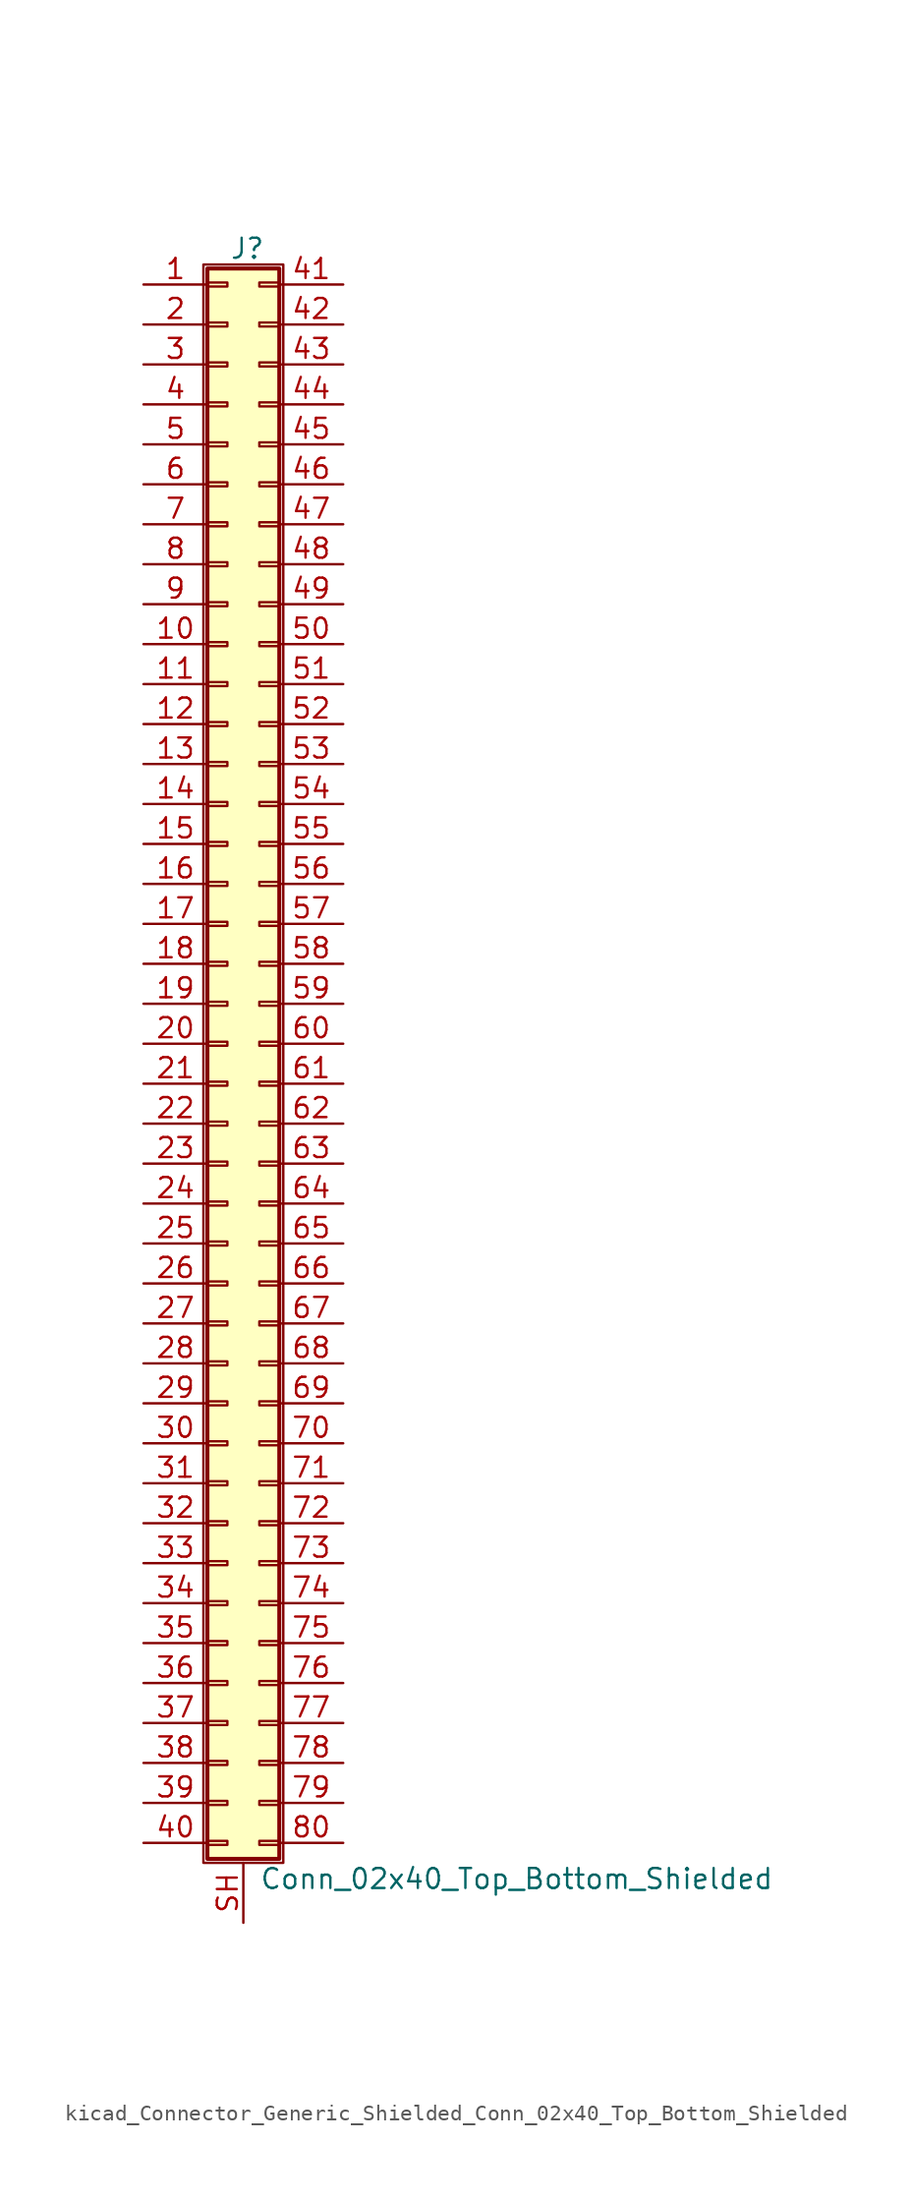
<source format=kicad_sym>
(kicad_symbol_lib
  (version 20220914)
  (generator kicad_symbol_editor)
  (symbol "kicad_Connector_Generic_Shielded_Conn_02x40_Top_Bottom_Shielded"
    (pin_names
      (offset 1.016) hide)
    (property "Reference" "J"
      (at 1.524 50.546 0)
      (effects (font (size 1.27 1.27))))
    (property "Value" "Conn_02x40_Top_Bottom_Shielded"
      (at 2.286 -53.086 0)
      (effects (font (size 1.27 1.27)) (justify left)))
    (symbol "kicad_Connector_Generic_Shielded_Conn_02x40_Top_Bottom_Shielded_1_1"
      (rectangle (start -1.27 49.53) (end 3.81 -52.07) (stroke (width 0.152) (type default)) (fill (type none)))
      (rectangle (start -1.016 -50.673) (end 0.254 -50.927) (stroke (width 0.152) (type default)) (fill (type none)))
      (rectangle (start -1.016 -48.133) (end 0.254 -48.387) (stroke (width 0.152) (type default)) (fill (type none)))
      (rectangle (start -1.016 -45.593) (end 0.254 -45.847) (stroke (width 0.152) (type default)) (fill (type none)))
      (rectangle (start -1.016 -43.053) (end 0.254 -43.307) (stroke (width 0.152) (type default)) (fill (type none)))
      (rectangle (start -1.016 -40.513) (end 0.254 -40.767) (stroke (width 0.152) (type default)) (fill (type none)))
      (rectangle (start -1.016 -37.973) (end 0.254 -38.227) (stroke (width 0.152) (type default)) (fill (type none)))
      (rectangle (start -1.016 -35.433) (end 0.254 -35.687) (stroke (width 0.152) (type default)) (fill (type none)))
      (rectangle (start -1.016 -32.893) (end 0.254 -33.147) (stroke (width 0.152) (type default)) (fill (type none)))
      (rectangle (start -1.016 -30.353) (end 0.254 -30.607) (stroke (width 0.152) (type default)) (fill (type none)))
      (rectangle (start -1.016 -27.813) (end 0.254 -28.067) (stroke (width 0.152) (type default)) (fill (type none)))
      (rectangle (start -1.016 -25.273) (end 0.254 -25.527) (stroke (width 0.152) (type default)) (fill (type none)))
      (rectangle (start -1.016 -22.733) (end 0.254 -22.987) (stroke (width 0.152) (type default)) (fill (type none)))
      (rectangle (start -1.016 -20.193) (end 0.254 -20.447) (stroke (width 0.152) (type default)) (fill (type none)))
      (rectangle (start -1.016 -17.653) (end 0.254 -17.907) (stroke (width 0.152) (type default)) (fill (type none)))
      (rectangle (start -1.016 -15.113) (end 0.254 -15.367) (stroke (width 0.152) (type default)) (fill (type none)))
      (rectangle (start -1.016 -12.573) (end 0.254 -12.827) (stroke (width 0.152) (type default)) (fill (type none)))
      (rectangle (start -1.016 -10.033) (end 0.254 -10.287) (stroke (width 0.152) (type default)) (fill (type none)))
      (rectangle (start -1.016 -7.493) (end 0.254 -7.747) (stroke (width 0.152) (type default)) (fill (type none)))
      (rectangle (start -1.016 -4.953) (end 0.254 -5.207) (stroke (width 0.152) (type default)) (fill (type none)))
      (rectangle (start -1.016 -2.413) (end 0.254 -2.667) (stroke (width 0.152) (type default)) (fill (type none)))
      (rectangle (start -1.016 0.127) (end 0.254 -0.127) (stroke (width 0.152) (type default)) (fill (type none)))
      (rectangle (start -1.016 2.667) (end 0.254 2.413) (stroke (width 0.152) (type default)) (fill (type none)))
      (rectangle (start -1.016 5.207) (end 0.254 4.953) (stroke (width 0.152) (type default)) (fill (type none)))
      (rectangle (start -1.016 7.747) (end 0.254 7.493) (stroke (width 0.152) (type default)) (fill (type none)))
      (rectangle (start -1.016 10.287) (end 0.254 10.033) (stroke (width 0.152) (type default)) (fill (type none)))
      (rectangle (start -1.016 12.827) (end 0.254 12.573) (stroke (width 0.152) (type default)) (fill (type none)))
      (rectangle (start -1.016 15.367) (end 0.254 15.113) (stroke (width 0.152) (type default)) (fill (type none)))
      (rectangle (start -1.016 17.907) (end 0.254 17.653) (stroke (width 0.152) (type default)) (fill (type none)))
      (rectangle (start -1.016 20.447) (end 0.254 20.193) (stroke (width 0.152) (type default)) (fill (type none)))
      (rectangle (start -1.016 22.987) (end 0.254 22.733) (stroke (width 0.152) (type default)) (fill (type none)))
      (rectangle (start -1.016 25.527) (end 0.254 25.273) (stroke (width 0.152) (type default)) (fill (type none)))
      (rectangle (start -1.016 28.067) (end 0.254 27.813) (stroke (width 0.152) (type default)) (fill (type none)))
      (rectangle (start -1.016 30.607) (end 0.254 30.353) (stroke (width 0.152) (type default)) (fill (type none)))
      (rectangle (start -1.016 33.147) (end 0.254 32.893) (stroke (width 0.152) (type default)) (fill (type none)))
      (rectangle (start -1.016 35.687) (end 0.254 35.433) (stroke (width 0.152) (type default)) (fill (type none)))
      (rectangle (start -1.016 38.227) (end 0.254 37.973) (stroke (width 0.152) (type default)) (fill (type none)))
      (rectangle (start -1.016 40.767) (end 0.254 40.513) (stroke (width 0.152) (type default)) (fill (type none)))
      (rectangle (start -1.016 43.307) (end 0.254 43.053) (stroke (width 0.152) (type default)) (fill (type none)))
      (rectangle (start -1.016 45.847) (end 0.254 45.593) (stroke (width 0.152) (type default)) (fill (type none)))
      (rectangle (start -1.016 48.387) (end 0.254 48.133) (stroke (width 0.152) (type default)) (fill (type none)))
      (rectangle (start -1.016 49.276) (end 3.556 -51.816) (stroke (width 0.254) (type default)) (fill (type background)))
      (rectangle (start 3.556 -50.673) (end 2.286 -50.927) (stroke (width 0.152) (type default)) (fill (type none)))
      (rectangle (start 3.556 -48.133) (end 2.286 -48.387) (stroke (width 0.152) (type default)) (fill (type none)))
      (rectangle (start 3.556 -45.593) (end 2.286 -45.847) (stroke (width 0.152) (type default)) (fill (type none)))
      (rectangle (start 3.556 -43.053) (end 2.286 -43.307) (stroke (width 0.152) (type default)) (fill (type none)))
      (rectangle (start 3.556 -40.513) (end 2.286 -40.767) (stroke (width 0.152) (type default)) (fill (type none)))
      (rectangle (start 3.556 -37.973) (end 2.286 -38.227) (stroke (width 0.152) (type default)) (fill (type none)))
      (rectangle (start 3.556 -35.433) (end 2.286 -35.687) (stroke (width 0.152) (type default)) (fill (type none)))
      (rectangle (start 3.556 -32.893) (end 2.286 -33.147) (stroke (width 0.152) (type default)) (fill (type none)))
      (rectangle (start 3.556 -30.353) (end 2.286 -30.607) (stroke (width 0.152) (type default)) (fill (type none)))
      (rectangle (start 3.556 -27.813) (end 2.286 -28.067) (stroke (width 0.152) (type default)) (fill (type none)))
      (rectangle (start 3.556 -25.273) (end 2.286 -25.527) (stroke (width 0.152) (type default)) (fill (type none)))
      (rectangle (start 3.556 -22.733) (end 2.286 -22.987) (stroke (width 0.152) (type default)) (fill (type none)))
      (rectangle (start 3.556 -20.193) (end 2.286 -20.447) (stroke (width 0.152) (type default)) (fill (type none)))
      (rectangle (start 3.556 -17.653) (end 2.286 -17.907) (stroke (width 0.152) (type default)) (fill (type none)))
      (rectangle (start 3.556 -15.113) (end 2.286 -15.367) (stroke (width 0.152) (type default)) (fill (type none)))
      (rectangle (start 3.556 -12.573) (end 2.286 -12.827) (stroke (width 0.152) (type default)) (fill (type none)))
      (rectangle (start 3.556 -10.033) (end 2.286 -10.287) (stroke (width 0.152) (type default)) (fill (type none)))
      (rectangle (start 3.556 -7.493) (end 2.286 -7.747) (stroke (width 0.152) (type default)) (fill (type none)))
      (rectangle (start 3.556 -4.953) (end 2.286 -5.207) (stroke (width 0.152) (type default)) (fill (type none)))
      (rectangle (start 3.556 -2.413) (end 2.286 -2.667) (stroke (width 0.152) (type default)) (fill (type none)))
      (rectangle (start 3.556 0.127) (end 2.286 -0.127) (stroke (width 0.152) (type default)) (fill (type none)))
      (rectangle (start 3.556 2.667) (end 2.286 2.413) (stroke (width 0.152) (type default)) (fill (type none)))
      (rectangle (start 3.556 5.207) (end 2.286 4.953) (stroke (width 0.152) (type default)) (fill (type none)))
      (rectangle (start 3.556 7.747) (end 2.286 7.493) (stroke (width 0.152) (type default)) (fill (type none)))
      (rectangle (start 3.556 10.287) (end 2.286 10.033) (stroke (width 0.152) (type default)) (fill (type none)))
      (rectangle (start 3.556 12.827) (end 2.286 12.573) (stroke (width 0.152) (type default)) (fill (type none)))
      (rectangle (start 3.556 15.367) (end 2.286 15.113) (stroke (width 0.152) (type default)) (fill (type none)))
      (rectangle (start 3.556 17.907) (end 2.286 17.653) (stroke (width 0.152) (type default)) (fill (type none)))
      (rectangle (start 3.556 20.447) (end 2.286 20.193) (stroke (width 0.152) (type default)) (fill (type none)))
      (rectangle (start 3.556 22.987) (end 2.286 22.733) (stroke (width 0.152) (type default)) (fill (type none)))
      (rectangle (start 3.556 25.527) (end 2.286 25.273) (stroke (width 0.152) (type default)) (fill (type none)))
      (rectangle (start 3.556 28.067) (end 2.286 27.813) (stroke (width 0.152) (type default)) (fill (type none)))
      (rectangle (start 3.556 30.607) (end 2.286 30.353) (stroke (width 0.152) (type default)) (fill (type none)))
      (rectangle (start 3.556 33.147) (end 2.286 32.893) (stroke (width 0.152) (type default)) (fill (type none)))
      (rectangle (start 3.556 35.687) (end 2.286 35.433) (stroke (width 0.152) (type default)) (fill (type none)))
      (rectangle (start 3.556 38.227) (end 2.286 37.973) (stroke (width 0.152) (type default)) (fill (type none)))
      (rectangle (start 3.556 40.767) (end 2.286 40.513) (stroke (width 0.152) (type default)) (fill (type none)))
      (rectangle (start 3.556 43.307) (end 2.286 43.053) (stroke (width 0.152) (type default)) (fill (type none)))
      (rectangle (start 3.556 45.847) (end 2.286 45.593) (stroke (width 0.152) (type default)) (fill (type none)))
      (rectangle (start 3.556 48.387) (end 2.286 48.133) (stroke (width 0.152) (type default)) (fill (type none)))
      (pin passive line (at -5.08 48.26 0) (length 4.064) (name "Pin_1" (effects (font (size 1.27 1.27)))) (number "1" (effects (font (size 1.27 1.27)))))
      (pin passive line (at -5.08 25.4 0) (length 4.064) (name "Pin_10" (effects (font (size 1.27 1.27)))) (number "10" (effects (font (size 1.27 1.27)))))
      (pin passive line (at -5.08 22.86 0) (length 4.064) (name "Pin_11" (effects (font (size 1.27 1.27)))) (number "11" (effects (font (size 1.27 1.27)))))
      (pin passive line (at -5.08 20.32 0) (length 4.064) (name "Pin_12" (effects (font (size 1.27 1.27)))) (number "12" (effects (font (size 1.27 1.27)))))
      (pin passive line (at -5.08 17.78 0) (length 4.064) (name "Pin_13" (effects (font (size 1.27 1.27)))) (number "13" (effects (font (size 1.27 1.27)))))
      (pin passive line (at -5.08 15.24 0) (length 4.064) (name "Pin_14" (effects (font (size 1.27 1.27)))) (number "14" (effects (font (size 1.27 1.27)))))
      (pin passive line (at -5.08 12.7 0) (length 4.064) (name "Pin_15" (effects (font (size 1.27 1.27)))) (number "15" (effects (font (size 1.27 1.27)))))
      (pin passive line (at -5.08 10.16 0) (length 4.064) (name "Pin_16" (effects (font (size 1.27 1.27)))) (number "16" (effects (font (size 1.27 1.27)))))
      (pin passive line (at -5.08 7.62 0) (length 4.064) (name "Pin_17" (effects (font (size 1.27 1.27)))) (number "17" (effects (font (size 1.27 1.27)))))
      (pin passive line (at -5.08 5.08 0) (length 4.064) (name "Pin_18" (effects (font (size 1.27 1.27)))) (number "18" (effects (font (size 1.27 1.27)))))
      (pin passive line (at -5.08 2.54 0) (length 4.064) (name "Pin_19" (effects (font (size 1.27 1.27)))) (number "19" (effects (font (size 1.27 1.27)))))
      (pin passive line (at -5.08 45.72 0) (length 4.064) (name "Pin_2" (effects (font (size 1.27 1.27)))) (number "2" (effects (font (size 1.27 1.27)))))
      (pin passive line (at -5.08 0 0) (length 4.064) (name "Pin_20" (effects (font (size 1.27 1.27)))) (number "20" (effects (font (size 1.27 1.27)))))
      (pin passive line (at -5.08 -2.54 0) (length 4.064) (name "Pin_21" (effects (font (size 1.27 1.27)))) (number "21" (effects (font (size 1.27 1.27)))))
      (pin passive line (at -5.08 -5.08 0) (length 4.064) (name "Pin_22" (effects (font (size 1.27 1.27)))) (number "22" (effects (font (size 1.27 1.27)))))
      (pin passive line (at -5.08 -7.62 0) (length 4.064) (name "Pin_23" (effects (font (size 1.27 1.27)))) (number "23" (effects (font (size 1.27 1.27)))))
      (pin passive line (at -5.08 -10.16 0) (length 4.064) (name "Pin_24" (effects (font (size 1.27 1.27)))) (number "24" (effects (font (size 1.27 1.27)))))
      (pin passive line (at -5.08 -12.7 0) (length 4.064) (name "Pin_25" (effects (font (size 1.27 1.27)))) (number "25" (effects (font (size 1.27 1.27)))))
      (pin passive line (at -5.08 -15.24 0) (length 4.064) (name "Pin_26" (effects (font (size 1.27 1.27)))) (number "26" (effects (font (size 1.27 1.27)))))
      (pin passive line (at -5.08 -17.78 0) (length 4.064) (name "Pin_27" (effects (font (size 1.27 1.27)))) (number "27" (effects (font (size 1.27 1.27)))))
      (pin passive line (at -5.08 -20.32 0) (length 4.064) (name "Pin_28" (effects (font (size 1.27 1.27)))) (number "28" (effects (font (size 1.27 1.27)))))
      (pin passive line (at -5.08 -22.86 0) (length 4.064) (name "Pin_29" (effects (font (size 1.27 1.27)))) (number "29" (effects (font (size 1.27 1.27)))))
      (pin passive line (at -5.08 43.18 0) (length 4.064) (name "Pin_3" (effects (font (size 1.27 1.27)))) (number "3" (effects (font (size 1.27 1.27)))))
      (pin passive line (at -5.08 -25.4 0) (length 4.064) (name "Pin_30" (effects (font (size 1.27 1.27)))) (number "30" (effects (font (size 1.27 1.27)))))
      (pin passive line (at -5.08 -27.94 0) (length 4.064) (name "Pin_31" (effects (font (size 1.27 1.27)))) (number "31" (effects (font (size 1.27 1.27)))))
      (pin passive line (at -5.08 -30.48 0) (length 4.064) (name "Pin_32" (effects (font (size 1.27 1.27)))) (number "32" (effects (font (size 1.27 1.27)))))
      (pin passive line (at -5.08 -33.02 0) (length 4.064) (name "Pin_33" (effects (font (size 1.27 1.27)))) (number "33" (effects (font (size 1.27 1.27)))))
      (pin passive line (at -5.08 -35.56 0) (length 4.064) (name "Pin_34" (effects (font (size 1.27 1.27)))) (number "34" (effects (font (size 1.27 1.27)))))
      (pin passive line (at -5.08 -38.1 0) (length 4.064) (name "Pin_35" (effects (font (size 1.27 1.27)))) (number "35" (effects (font (size 1.27 1.27)))))
      (pin passive line (at -5.08 -40.64 0) (length 4.064) (name "Pin_36" (effects (font (size 1.27 1.27)))) (number "36" (effects (font (size 1.27 1.27)))))
      (pin passive line (at -5.08 -43.18 0) (length 4.064) (name "Pin_37" (effects (font (size 1.27 1.27)))) (number "37" (effects (font (size 1.27 1.27)))))
      (pin passive line (at -5.08 -45.72 0) (length 4.064) (name "Pin_38" (effects (font (size 1.27 1.27)))) (number "38" (effects (font (size 1.27 1.27)))))
      (pin passive line (at -5.08 -48.26 0) (length 4.064) (name "Pin_39" (effects (font (size 1.27 1.27)))) (number "39" (effects (font (size 1.27 1.27)))))
      (pin passive line (at -5.08 40.64 0) (length 4.064) (name "Pin_4" (effects (font (size 1.27 1.27)))) (number "4" (effects (font (size 1.27 1.27)))))
      (pin passive line (at -5.08 -50.8 0) (length 4.064) (name "Pin_40" (effects (font (size 1.27 1.27)))) (number "40" (effects (font (size 1.27 1.27)))))
      (pin passive line (at 7.62 48.26 180) (length 4.064) (name "Pin_41" (effects (font (size 1.27 1.27)))) (number "41" (effects (font (size 1.27 1.27)))))
      (pin passive line (at 7.62 45.72 180) (length 4.064) (name "Pin_42" (effects (font (size 1.27 1.27)))) (number "42" (effects (font (size 1.27 1.27)))))
      (pin passive line (at 7.62 43.18 180) (length 4.064) (name "Pin_43" (effects (font (size 1.27 1.27)))) (number "43" (effects (font (size 1.27 1.27)))))
      (pin passive line (at 7.62 40.64 180) (length 4.064) (name "Pin_44" (effects (font (size 1.27 1.27)))) (number "44" (effects (font (size 1.27 1.27)))))
      (pin passive line (at 7.62 38.1 180) (length 4.064) (name "Pin_45" (effects (font (size 1.27 1.27)))) (number "45" (effects (font (size 1.27 1.27)))))
      (pin passive line (at 7.62 35.56 180) (length 4.064) (name "Pin_46" (effects (font (size 1.27 1.27)))) (number "46" (effects (font (size 1.27 1.27)))))
      (pin passive line (at 7.62 33.02 180) (length 4.064) (name "Pin_47" (effects (font (size 1.27 1.27)))) (number "47" (effects (font (size 1.27 1.27)))))
      (pin passive line (at 7.62 30.48 180) (length 4.064) (name "Pin_48" (effects (font (size 1.27 1.27)))) (number "48" (effects (font (size 1.27 1.27)))))
      (pin passive line (at 7.62 27.94 180) (length 4.064) (name "Pin_49" (effects (font (size 1.27 1.27)))) (number "49" (effects (font (size 1.27 1.27)))))
      (pin passive line (at -5.08 38.1 0) (length 4.064) (name "Pin_5" (effects (font (size 1.27 1.27)))) (number "5" (effects (font (size 1.27 1.27)))))
      (pin passive line (at 7.62 25.4 180) (length 4.064) (name "Pin_50" (effects (font (size 1.27 1.27)))) (number "50" (effects (font (size 1.27 1.27)))))
      (pin passive line (at 7.62 22.86 180) (length 4.064) (name "Pin_51" (effects (font (size 1.27 1.27)))) (number "51" (effects (font (size 1.27 1.27)))))
      (pin passive line (at 7.62 20.32 180) (length 4.064) (name "Pin_52" (effects (font (size 1.27 1.27)))) (number "52" (effects (font (size 1.27 1.27)))))
      (pin passive line (at 7.62 17.78 180) (length 4.064) (name "Pin_53" (effects (font (size 1.27 1.27)))) (number "53" (effects (font (size 1.27 1.27)))))
      (pin passive line (at 7.62 15.24 180) (length 4.064) (name "Pin_54" (effects (font (size 1.27 1.27)))) (number "54" (effects (font (size 1.27 1.27)))))
      (pin passive line (at 7.62 12.7 180) (length 4.064) (name "Pin_55" (effects (font (size 1.27 1.27)))) (number "55" (effects (font (size 1.27 1.27)))))
      (pin passive line (at 7.62 10.16 180) (length 4.064) (name "Pin_56" (effects (font (size 1.27 1.27)))) (number "56" (effects (font (size 1.27 1.27)))))
      (pin passive line (at 7.62 7.62 180) (length 4.064) (name "Pin_57" (effects (font (size 1.27 1.27)))) (number "57" (effects (font (size 1.27 1.27)))))
      (pin passive line (at 7.62 5.08 180) (length 4.064) (name "Pin_58" (effects (font (size 1.27 1.27)))) (number "58" (effects (font (size 1.27 1.27)))))
      (pin passive line (at 7.62 2.54 180) (length 4.064) (name "Pin_59" (effects (font (size 1.27 1.27)))) (number "59" (effects (font (size 1.27 1.27)))))
      (pin passive line (at -5.08 35.56 0) (length 4.064) (name "Pin_6" (effects (font (size 1.27 1.27)))) (number "6" (effects (font (size 1.27 1.27)))))
      (pin passive line (at 7.62 0 180) (length 4.064) (name "Pin_60" (effects (font (size 1.27 1.27)))) (number "60" (effects (font (size 1.27 1.27)))))
      (pin passive line (at 7.62 -2.54 180) (length 4.064) (name "Pin_61" (effects (font (size 1.27 1.27)))) (number "61" (effects (font (size 1.27 1.27)))))
      (pin passive line (at 7.62 -5.08 180) (length 4.064) (name "Pin_62" (effects (font (size 1.27 1.27)))) (number "62" (effects (font (size 1.27 1.27)))))
      (pin passive line (at 7.62 -7.62 180) (length 4.064) (name "Pin_63" (effects (font (size 1.27 1.27)))) (number "63" (effects (font (size 1.27 1.27)))))
      (pin passive line (at 7.62 -10.16 180) (length 4.064) (name "Pin_64" (effects (font (size 1.27 1.27)))) (number "64" (effects (font (size 1.27 1.27)))))
      (pin passive line (at 7.62 -12.7 180) (length 4.064) (name "Pin_65" (effects (font (size 1.27 1.27)))) (number "65" (effects (font (size 1.27 1.27)))))
      (pin passive line (at 7.62 -15.24 180) (length 4.064) (name "Pin_66" (effects (font (size 1.27 1.27)))) (number "66" (effects (font (size 1.27 1.27)))))
      (pin passive line (at 7.62 -17.78 180) (length 4.064) (name "Pin_67" (effects (font (size 1.27 1.27)))) (number "67" (effects (font (size 1.27 1.27)))))
      (pin passive line (at 7.62 -20.32 180) (length 4.064) (name "Pin_68" (effects (font (size 1.27 1.27)))) (number "68" (effects (font (size 1.27 1.27)))))
      (pin passive line (at 7.62 -22.86 180) (length 4.064) (name "Pin_69" (effects (font (size 1.27 1.27)))) (number "69" (effects (font (size 1.27 1.27)))))
      (pin passive line (at -5.08 33.02 0) (length 4.064) (name "Pin_7" (effects (font (size 1.27 1.27)))) (number "7" (effects (font (size 1.27 1.27)))))
      (pin passive line (at 7.62 -25.4 180) (length 4.064) (name "Pin_70" (effects (font (size 1.27 1.27)))) (number "70" (effects (font (size 1.27 1.27)))))
      (pin passive line (at 7.62 -27.94 180) (length 4.064) (name "Pin_71" (effects (font (size 1.27 1.27)))) (number "71" (effects (font (size 1.27 1.27)))))
      (pin passive line (at 7.62 -30.48 180) (length 4.064) (name "Pin_72" (effects (font (size 1.27 1.27)))) (number "72" (effects (font (size 1.27 1.27)))))
      (pin passive line (at 7.62 -33.02 180) (length 4.064) (name "Pin_73" (effects (font (size 1.27 1.27)))) (number "73" (effects (font (size 1.27 1.27)))))
      (pin passive line (at 7.62 -35.56 180) (length 4.064) (name "Pin_74" (effects (font (size 1.27 1.27)))) (number "74" (effects (font (size 1.27 1.27)))))
      (pin passive line (at 7.62 -38.1 180) (length 4.064) (name "Pin_75" (effects (font (size 1.27 1.27)))) (number "75" (effects (font (size 1.27 1.27)))))
      (pin passive line (at 7.62 -40.64 180) (length 4.064) (name "Pin_76" (effects (font (size 1.27 1.27)))) (number "76" (effects (font (size 1.27 1.27)))))
      (pin passive line (at 7.62 -43.18 180) (length 4.064) (name "Pin_77" (effects (font (size 1.27 1.27)))) (number "77" (effects (font (size 1.27 1.27)))))
      (pin passive line (at 7.62 -45.72 180) (length 4.064) (name "Pin_78" (effects (font (size 1.27 1.27)))) (number "78" (effects (font (size 1.27 1.27)))))
      (pin passive line (at 7.62 -48.26 180) (length 4.064) (name "Pin_79" (effects (font (size 1.27 1.27)))) (number "79" (effects (font (size 1.27 1.27)))))
      (pin passive line (at -5.08 30.48 0) (length 4.064) (name "Pin_8" (effects (font (size 1.27 1.27)))) (number "8" (effects (font (size 1.27 1.27)))))
      (pin passive line (at 7.62 -50.8 180) (length 4.064) (name "Pin_80" (effects (font (size 1.27 1.27)))) (number "80" (effects (font (size 1.27 1.27)))))
      (pin passive line (at -5.08 27.94 0) (length 4.064) (name "Pin_9" (effects (font (size 1.27 1.27)))) (number "9" (effects (font (size 1.27 1.27)))))
      (pin passive line (at 1.27 -55.88 90) (length 3.81) (name "Shield" (effects (font (size 1.27 1.27)))) (number "SH" (effects (font (size 1.27 1.27))))))))
</source>
